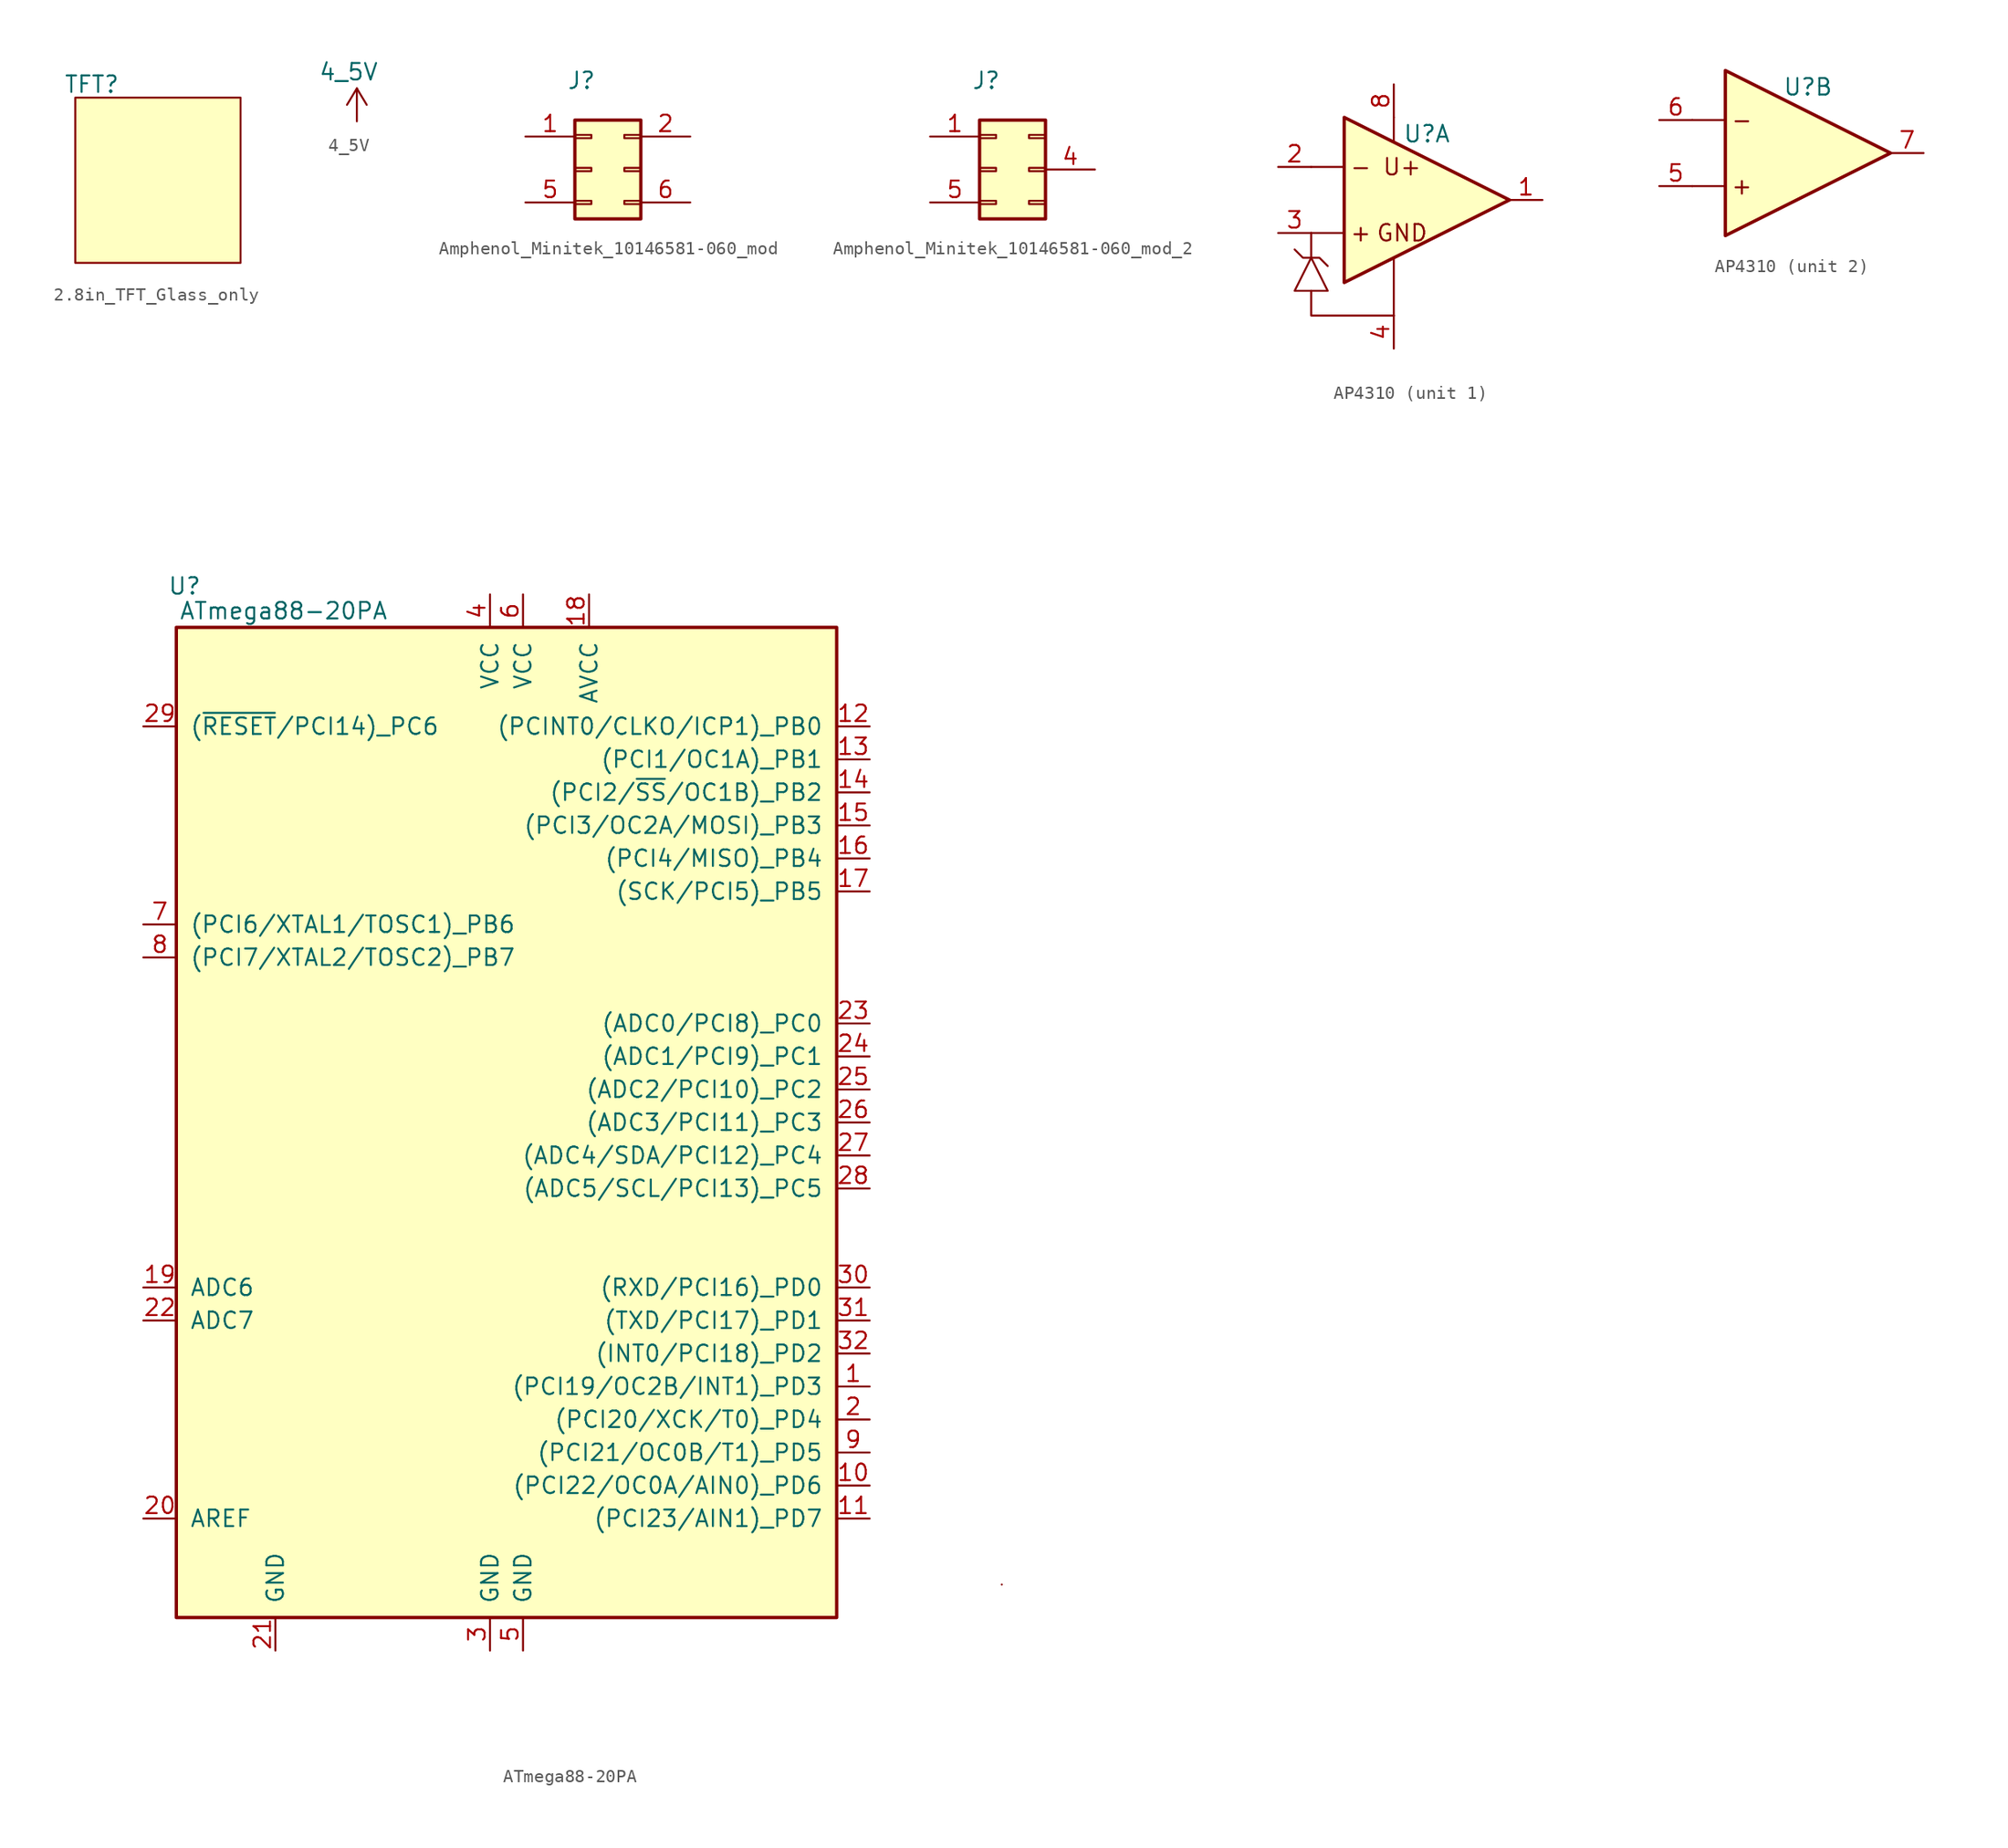
<source format=kicad_sym>
(kicad_symbol_lib
  (version 20241209)
  (generator "kicad_symbol_editor")
  (generator_version "9.0")
  (symbol "2.8in_TFT_Glass_only"
    (property "Reference" "TFT"
      (at -5.08 7.366 0)
      (effects (font (size 1.27 1.27))))
    (property "Value" ""
      (at 0 0 0)
      (effects (font (size 1.27 1.27))))
    (symbol "2.8in_TFT_Glass_only_0_1"
      (rectangle (start -6.35 6.35) (end 6.35 -6.35) (stroke (width 0) (type solid)) (fill (type background)))))
  (symbol "4_5V"
    (power)
    (pin_names
      (offset 0))
    (property "Reference" "#PWR"
      (at -1.905 5.715 0)
      (effects (font (size 1.27 1.27)) (hide yes)))
    (property "Value" "4_5V"
      (at -0.635 3.81 0)
      (effects (font (size 1.27 1.27))))
    (symbol "4_5V_1_1"
      (polyline (pts (xy -0.762 1.27) (xy 0 2.54)) (stroke (width 0) (type solid)) (fill (type none)))
      (polyline (pts (xy 0 2.54) (xy 0.762 1.27)) (stroke (width 0) (type solid)) (fill (type none)))
      (polyline (pts (xy 0 0) (xy 0 2.54)) (stroke (width 0) (type solid)) (fill (type none)))
      (pin power_in line (at 0 0 90) (length 0) (hide yes) (name "4_5V" (effects (font (size 1.27 1.27)))) (number "1" (effects (font (size 1.27 1.27)))))))
  (symbol "Amphenol_Minitek_10146581-060_mod"
    (pin_names
      (offset 0)
      (hide yes))
    (property "Reference" "J"
      (at -2.032 6.858 0)
      (effects (font (size 1.27 1.27))))
    (property "Value" ""
      (at 0 0 0)
      (effects (font (size 1.27 1.27))))
    (symbol "Amphenol_Minitek_10146581-060_mod_1_1"
      (rectangle (start -2.54 3.81) (end 2.54 -3.81) (stroke (width 0.254) (type default)) (fill (type background)))
      (rectangle (start -2.54 2.667) (end -1.27 2.413) (stroke (width 0.152) (type default)) (fill (type none)))
      (rectangle (start -2.54 0.127) (end -1.27 -0.127) (stroke (width 0.152) (type default)) (fill (type none)))
      (rectangle (start -2.54 -2.413) (end -1.27 -2.667) (stroke (width 0.152) (type default)) (fill (type none)))
      (rectangle (start 2.54 2.667) (end 1.27 2.413) (stroke (width 0.152) (type default)) (fill (type none)))
      (rectangle (start 2.54 0.127) (end 1.27 -0.127) (stroke (width 0.152) (type default)) (fill (type none)))
      (rectangle (start 2.54 -2.413) (end 1.27 -2.667) (stroke (width 0.152) (type default)) (fill (type none)))
      (pin passive line (at -6.35 2.54 0) (length 3.81) (name "Pin_1" (effects (font (size 1.27 1.27)))) (number "1" (effects (font (size 1.27 1.27)))))
      (pin passive line (at -6.35 -2.54 0) (length 3.81) (name "Pin_5" (effects (font (size 1.27 1.27)))) (number "5" (effects (font (size 1.27 1.27)))))
      (pin passive line (at 6.35 2.54 180) (length 3.81) (name "Pin_2" (effects (font (size 1.27 1.27)))) (number "2" (effects (font (size 1.27 1.27)))))
      (pin passive line (at 6.35 -2.54 180) (length 3.81) (name "Pin_6" (effects (font (size 1.27 1.27)))) (number "6" (effects (font (size 1.27 1.27)))))))
  (symbol "Amphenol_Minitek_10146581-060_mod_2"
    (pin_names
      (offset 0)
      (hide yes))
    (property "Reference" "J"
      (at -2.032 6.858 0)
      (effects (font (size 1.27 1.27))))
    (property "Value" ""
      (at 0 0 0)
      (effects (font (size 1.27 1.27))))
    (symbol "Amphenol_Minitek_10146581-060_mod_2_1_1"
      (rectangle (start -2.54 3.81) (end 2.54 -3.81) (stroke (width 0.254) (type default)) (fill (type background)))
      (rectangle (start -2.54 2.667) (end -1.27 2.413) (stroke (width 0.152) (type default)) (fill (type none)))
      (rectangle (start -2.54 0.127) (end -1.27 -0.127) (stroke (width 0.152) (type default)) (fill (type none)))
      (rectangle (start -2.54 -2.413) (end -1.27 -2.667) (stroke (width 0.152) (type default)) (fill (type none)))
      (rectangle (start 2.54 2.667) (end 1.27 2.413) (stroke (width 0.152) (type default)) (fill (type none)))
      (rectangle (start 2.54 0.127) (end 1.27 -0.127) (stroke (width 0.152) (type default)) (fill (type none)))
      (rectangle (start 2.54 -2.413) (end 1.27 -2.667) (stroke (width 0.152) (type default)) (fill (type none)))
      (pin passive line (at -6.35 2.54 0) (length 3.81) (name "Pin_1" (effects (font (size 1.27 1.27)))) (number "1" (effects (font (size 1.27 1.27)))))
      (pin passive line (at -6.35 -2.54 0) (length 3.81) (name "Pin_5" (effects (font (size 1.27 1.27)))) (number "5" (effects (font (size 1.27 1.27)))))
      (pin passive line (at 6.35 0 180) (length 3.81) (name "Pin_4" (effects (font (size 1.27 1.27)))) (number "4" (effects (font (size 1.27 1.27)))))))
  (symbol "AP4310"
    (pin_names
      (hide yes))
    (property "Reference" "U"
      (at 2.54 5.08 0)
      (effects (font (size 1.27 1.27))))
    (property "Value" ""
      (at -1.905 -4.445 0)
      (effects (font (size 1.27 1.27))))
    (property "ki_locked" ""
      (at 0 0 0)
      (effects (font (size 1.27 1.27))))
    (symbol "AP4310_1_0"
      (pin unspecified line (at -8.89 2.54 0) (length 2.54) (name "In1-" (effects (font (size 1.27 1.27)))) (number "2" (effects (font (size 1.27 1.27)))))
      (pin unspecified line (at -8.89 -2.54 0) (length 2.54) (name "In1+Ref" (effects (font (size 1.27 1.27)))) (number "3" (effects (font (size 1.27 1.27)))))
      (pin unspecified line (at 0 8.89 270) (length 2.54) (name "VCC" (effects (font (size 1.27 1.27)))) (number "8" (effects (font (size 1.27 1.27)))))
      (pin unspecified line (at 0 -11.43 90) (length 2.54) (name "GND" (effects (font (size 1.27 1.27)))) (number "4" (effects (font (size 1.27 1.27)))))
      (pin unspecified line (at 11.43 0 180) (length 2.54) (name "Out1" (effects (font (size 1.27 1.27)))) (number "1" (effects (font (size 1.27 1.27))))))
    (symbol "AP4310_1_1"
      (polyline (pts (xy -6.35 2.54) (xy -4.445 2.54) (xy -3.81 2.54)) (stroke (width 0) (type default)) (fill (type none)))
      (polyline (pts (xy -6.35 -2.54) (xy -3.81 -2.54)) (stroke (width 0) (type default)) (fill (type none)))
      (polyline (pts (xy -6.35 -2.54) (xy -6.35 -4.445) (xy -6.985 -4.445) (xy -7.62 -3.81)) (stroke (width 0) (type default)) (fill (type none)))
      (polyline (pts (xy -6.35 -4.445) (xy -5.715 -4.445) (xy -5.08 -5.08)) (stroke (width 0) (type default)) (fill (type none)))
      (polyline (pts (xy -6.35 -4.445) (xy -7.62 -6.985) (xy -5.08 -6.985) (xy -6.35 -4.445)) (stroke (width 0) (type default)) (fill (type none)))
      (polyline (pts (xy -6.35 -6.985) (xy -6.35 -8.89) (xy 0 -8.89)) (stroke (width 0) (type default)) (fill (type none)))
      (polyline (pts (xy -3.81 6.35) (xy -3.81 -6.35) (xy 8.89 0) (xy -3.81 6.35)) (stroke (width 0.254) (type default)) (fill (type background)))
      (polyline (pts (xy 0 6.35) (xy 0 4.445)) (stroke (width 0) (type default)) (fill (type none)))
      (polyline (pts (xy 0 -8.89) (xy 0 -4.445)) (stroke (width 0) (type default)) (fill (type none)))
      (text "-" (at -2.54 2.54 0) (effects (font (size 1.27 1.27))))
      (text "+" (at -2.54 -2.54 0) (effects (font (size 1.27 1.27))))
      (text "U+" (at 0.635 2.54 0) (effects (font (size 1.27 1.27))))
      (text "GND" (at 0.635 -2.54 0) (effects (font (size 1.27 1.27)))))
    (symbol "AP4310_2_0"
      (pin unspecified line (at -8.89 2.54 0) (length 2.54) (name "In2-" (effects (font (size 1.27 1.27)))) (number "6" (effects (font (size 1.27 1.27)))))
      (pin unspecified line (at -8.89 -2.54 0) (length 2.54) (name "In2+" (effects (font (size 1.27 1.27)))) (number "5" (effects (font (size 1.27 1.27)))))
      (pin unspecified line (at 11.43 0 180) (length 2.54) (name "Out2" (effects (font (size 1.27 1.27)))) (number "7" (effects (font (size 1.27 1.27))))))
    (symbol "AP4310_2_1"
      (polyline (pts (xy -6.35 -2.54) (xy -3.81 -2.54)) (stroke (width 0) (type default)) (fill (type none)))
      (polyline (pts (xy -3.81 6.35) (xy -3.81 -6.35) (xy 8.89 0) (xy -3.81 6.35)) (stroke (width 0.254) (type default)) (fill (type background)))
      (polyline (pts (xy -3.81 2.54) (xy -6.35 2.54)) (stroke (width 0) (type default)) (fill (type none)))
      (text "-" (at -2.54 2.54 0) (effects (font (size 1.27 1.27))))
      (text "+" (at -2.54 -2.54 0) (effects (font (size 1.27 1.27))))))
  (symbol "ATmega88-20PA"
    (pin_names
      (offset 1.016))
    (property "Reference" "U"
      (at -24.765 41.275 0)
      (effects (font (size 1.27 1.27))))
    (property "Value" "ATmega88-20PA"
      (at -17.145 39.37 0)
      (effects (font (size 1.27 1.27))))
    (symbol "ATmega88-20PA_0_1"
      (rectangle (start -25.4 38.1) (end 25.4 -38.1) (stroke (width 0.254) (type solid)) (fill (type background)))
      (rectangle (start 38.1 -35.56) (end 38.1 -35.56) (stroke (width 0) (type solid)) (fill (type none))))
    (symbol "ATmega88-20PA_1_1"
      (pin bidirectional line (at -27.94 30.48 0) (length 2.54) (name "(~{RESET}/PCI14)_PC6" (effects (font (size 1.27 1.27)))) (number "29" (effects (font (size 1.27 1.27)))))
      (pin bidirectional line (at -27.94 15.24 0) (length 2.54) (name "(PCI6/XTAL1/TOSC1)_PB6" (effects (font (size 1.27 1.27)))) (number "7" (effects (font (size 1.27 1.27)))))
      (pin bidirectional line (at -27.94 12.7 0) (length 2.54) (name "(PCI7/XTAL2/TOSC2)_PB7" (effects (font (size 1.27 1.27)))) (number "8" (effects (font (size 1.27 1.27)))))
      (pin input line (at -27.94 -12.7 0) (length 2.54) (name "ADC6" (effects (font (size 1.27 1.27)))) (number "19" (effects (font (size 1.27 1.27)))))
      (pin input line (at -27.94 -15.24 0) (length 2.54) (name "ADC7" (effects (font (size 1.27 1.27)))) (number "22" (effects (font (size 1.27 1.27)))))
      (pin passive line (at -27.94 -30.48 0) (length 2.54) (name "AREF" (effects (font (size 1.27 1.27)))) (number "20" (effects (font (size 1.27 1.27)))))
      (pin passive line (at -17.78 -40.64 90) (length 2.54) (name "GND" (effects (font (size 1.27 1.27)))) (number "21" (effects (font (size 1.27 1.27)))))
      (pin power_in line (at -1.27 40.64 270) (length 2.54) (name "VCC" (effects (font (size 1.27 1.27)))) (number "4" (effects (font (size 1.27 1.27)))))
      (pin power_in line (at -1.27 -40.64 90) (length 2.54) (name "GND" (effects (font (size 1.27 1.27)))) (number "3" (effects (font (size 1.27 1.27)))))
      (pin passive line (at 1.27 40.64 270) (length 2.54) (name "VCC" (effects (font (size 1.27 1.27)))) (number "6" (effects (font (size 1.27 1.27)))))
      (pin passive line (at 1.27 -40.64 90) (length 2.54) (name "GND" (effects (font (size 1.27 1.27)))) (number "5" (effects (font (size 1.27 1.27)))))
      (pin power_in line (at 6.35 40.64 270) (length 2.54) (name "AVCC" (effects (font (size 1.27 1.27)))) (number "18" (effects (font (size 1.27 1.27)))))
      (pin bidirectional line (at 27.94 30.48 180) (length 2.54) (name "(PCINT0/CLKO/ICP1)_PB0" (effects (font (size 1.27 1.27)))) (number "12" (effects (font (size 1.27 1.27)))))
      (pin bidirectional line (at 27.94 27.94 180) (length 2.54) (name "(PCI1/OC1A)_PB1" (effects (font (size 1.27 1.27)))) (number "13" (effects (font (size 1.27 1.27)))))
      (pin bidirectional line (at 27.94 25.4 180) (length 2.54) (name "(PCI2/~{SS}/OC1B)_PB2" (effects (font (size 1.27 1.27)))) (number "14" (effects (font (size 1.27 1.27)))))
      (pin bidirectional line (at 27.94 22.86 180) (length 2.54) (name "(PCI3/OC2A/MOSI)_PB3" (effects (font (size 1.27 1.27)))) (number "15" (effects (font (size 1.27 1.27)))))
      (pin bidirectional line (at 27.94 20.32 180) (length 2.54) (name "(PCI4/MISO)_PB4" (effects (font (size 1.27 1.27)))) (number "16" (effects (font (size 1.27 1.27)))))
      (pin bidirectional line (at 27.94 17.78 180) (length 2.54) (name "(SCK/PCI5)_PB5" (effects (font (size 1.27 1.27)))) (number "17" (effects (font (size 1.27 1.27)))))
      (pin bidirectional line (at 27.94 7.62 180) (length 2.54) (name "(ADC0/PCI8)_PC0" (effects (font (size 1.27 1.27)))) (number "23" (effects (font (size 1.27 1.27)))))
      (pin bidirectional line (at 27.94 5.08 180) (length 2.54) (name "(ADC1/PCI9)_PC1" (effects (font (size 1.27 1.27)))) (number "24" (effects (font (size 1.27 1.27)))))
      (pin bidirectional line (at 27.94 2.54 180) (length 2.54) (name "(ADC2/PCI10)_PC2" (effects (font (size 1.27 1.27)))) (number "25" (effects (font (size 1.27 1.27)))))
      (pin bidirectional line (at 27.94 0 180) (length 2.54) (name "(ADC3/PCI11)_PC3" (effects (font (size 1.27 1.27)))) (number "26" (effects (font (size 1.27 1.27)))))
      (pin bidirectional line (at 27.94 -2.54 180) (length 2.54) (name "(ADC4/SDA/PCI12)_PC4" (effects (font (size 1.27 1.27)))) (number "27" (effects (font (size 1.27 1.27)))))
      (pin bidirectional line (at 27.94 -5.08 180) (length 2.54) (name "(ADC5/SCL/PCI13)_PC5" (effects (font (size 1.27 1.27)))) (number "28" (effects (font (size 1.27 1.27)))))
      (pin bidirectional line (at 27.94 -12.7 180) (length 2.54) (name "(RXD/PCI16)_PD0" (effects (font (size 1.27 1.27)))) (number "30" (effects (font (size 1.27 1.27)))))
      (pin bidirectional line (at 27.94 -15.24 180) (length 2.54) (name "(TXD/PCI17)_PD1" (effects (font (size 1.27 1.27)))) (number "31" (effects (font (size 1.27 1.27)))))
      (pin bidirectional line (at 27.94 -17.78 180) (length 2.54) (name "(INT0/PCI18)_PD2" (effects (font (size 1.27 1.27)))) (number "32" (effects (font (size 1.27 1.27)))))
      (pin bidirectional line (at 27.94 -20.32 180) (length 2.54) (name "(PCI19/OC2B/INT1)_PD3" (effects (font (size 1.27 1.27)))) (number "1" (effects (font (size 1.27 1.27)))))
      (pin bidirectional line (at 27.94 -22.86 180) (length 2.54) (name "(PCI20/XCK/T0)_PD4" (effects (font (size 1.27 1.27)))) (number "2" (effects (font (size 1.27 1.27)))))
      (pin bidirectional line (at 27.94 -25.4 180) (length 2.54) (name "(PCI21/OC0B/T1)_PD5" (effects (font (size 1.27 1.27)))) (number "9" (effects (font (size 1.27 1.27)))))
      (pin bidirectional line (at 27.94 -27.94 180) (length 2.54) (name "(PCI22/OC0A/AIN0)_PD6" (effects (font (size 1.27 1.27)))) (number "10" (effects (font (size 1.27 1.27)))))
      (pin bidirectional line (at 27.94 -30.48 180) (length 2.54) (name "(PCI23/AIN1)_PD7" (effects (font (size 1.27 1.27)))) (number "11" (effects (font (size 1.27 1.27))))))))
</source>
